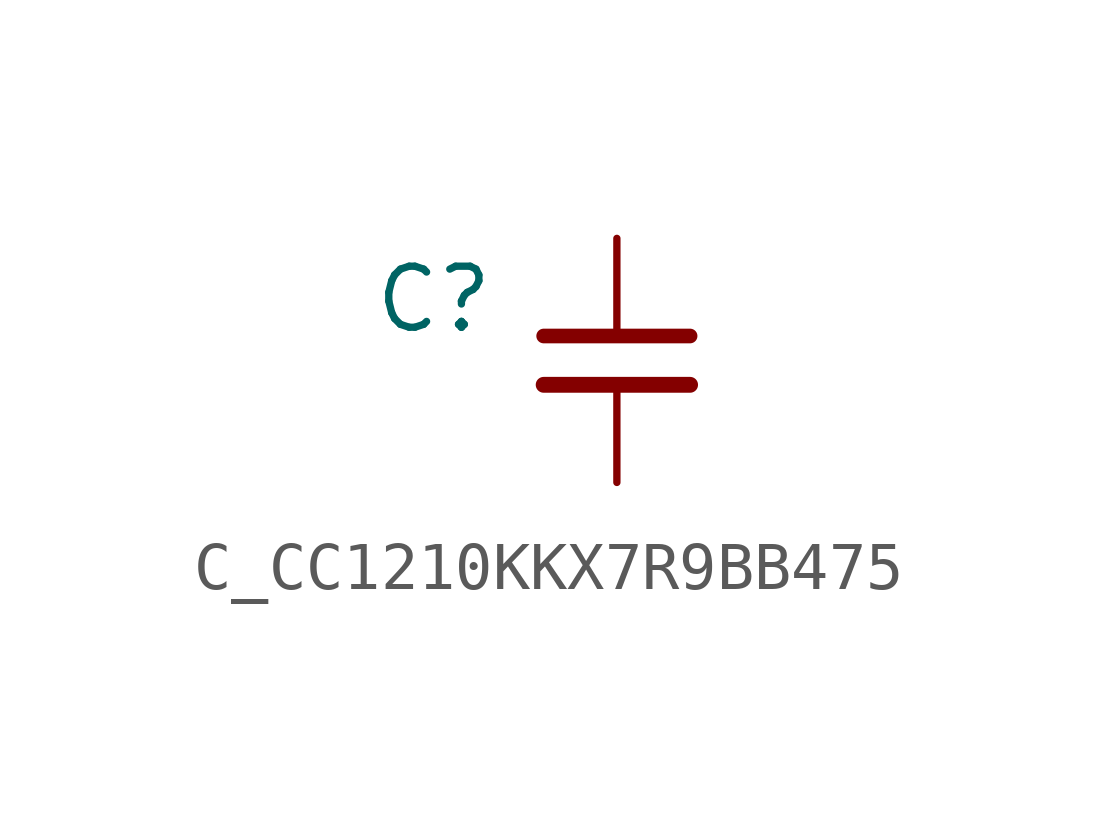
<source format=kicad_sym>
(kicad_symbol_lib
  (version 20220914)
  (generator kicad_symbol_editor)
  (symbol "C_CC1210KKX7R9BB475"
    (pin_numbers hide)
    (pin_names
      (offset 0.254) hide)
    (property "Reference" "C"
      (at -3.81 1.27 0)
      (effects (font (size 1.27 1.27))))
    (symbol "C_CC1210KKX7R9BB475_0_1"
      (polyline (pts (xy -1.524 -0.508) (xy 1.524 -0.508)) (stroke (width 0.33) (type default)) (fill (type none)))
      (polyline (pts (xy -1.524 0.508) (xy 1.524 0.508)) (stroke (width 0.305) (type default)) (fill (type none))))
    (symbol "C_CC1210KKX7R9BB475_1_1"
      (pin passive line (at 0 2.54 270) (length 2.032) (name "~" (effects (font (size 1.27 1.27)))) (number "1" (effects (font (size 1.27 1.27)))))
      (pin passive line (at 0 -2.54 90) (length 2.032) (name "~" (effects (font (size 1.27 1.27)))) (number "2" (effects (font (size 1.27 1.27))))))))
</source>
